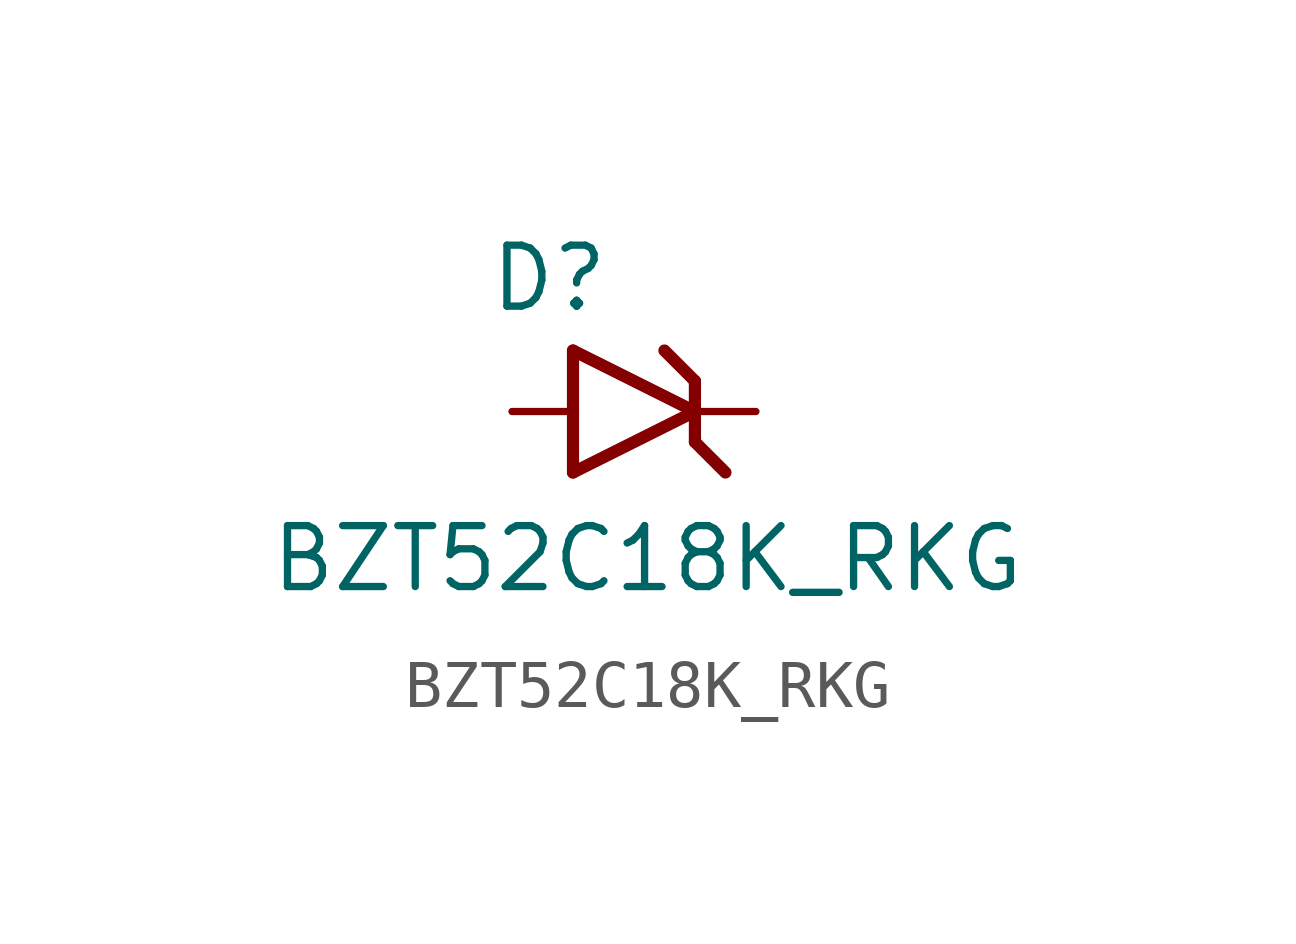
<source format=kicad_sym>
(kicad_symbol_lib
  (version 20241209)
  (generator "kicad_symbol_editor")
  (generator_version "9.0")
  (symbol "BZT52C18K_RKG"
    (pin_numbers
      (hide yes))
    (pin_names
      (offset 1.016)
      (hide yes))
    (property "Reference" "D"
      (at -0.508 2.032 0)
      (effects (font (size 1.27 1.27)) (justify left bottom)))
    (property "Value" "BZT52C18K_RKG"
      (at -5.08 -3.81 0)
      (effects (font (size 1.27 1.27)) (justify left bottom)))
    (symbol "BZT52C18K_RKG_0_0"
      (polyline (pts (xy 1.27 1.27) (xy 1.27 0)) (stroke (width 0.254) (type default)) (fill (type none)))
      (polyline (pts (xy 1.27 0) (xy 1.27 -1.27)) (stroke (width 0.254) (type default)) (fill (type none)))
      (polyline (pts (xy 1.27 -1.27) (xy 3.81 0)) (stroke (width 0.254) (type default)) (fill (type none)))
      (polyline (pts (xy 3.175 1.27) (xy 3.81 0.635)) (stroke (width 0.254) (type default)) (fill (type none)))
      (polyline (pts (xy 3.81 0.635) (xy 3.81 0)) (stroke (width 0.254) (type default)) (fill (type none)))
      (polyline (pts (xy 3.81 0) (xy 1.27 1.27)) (stroke (width 0.254) (type default)) (fill (type none)))
      (polyline (pts (xy 3.81 0) (xy 3.81 -0.635)) (stroke (width 0.254) (type default)) (fill (type none)))
      (polyline (pts (xy 3.81 -0.635) (xy 4.445 -1.27)) (stroke (width 0.254) (type default)) (fill (type none)))
      (pin passive line (at 0 0 0) (length 1.27) (name "~" (effects (font (size 1.016 1.016)))) (number "A" (effects (font (size 1.016 1.016)))))
      (pin passive line (at 5.08 0 180) (length 1.27) (name "~" (effects (font (size 1.016 1.016)))) (number "C" (effects (font (size 1.016 1.016))))))))
</source>
